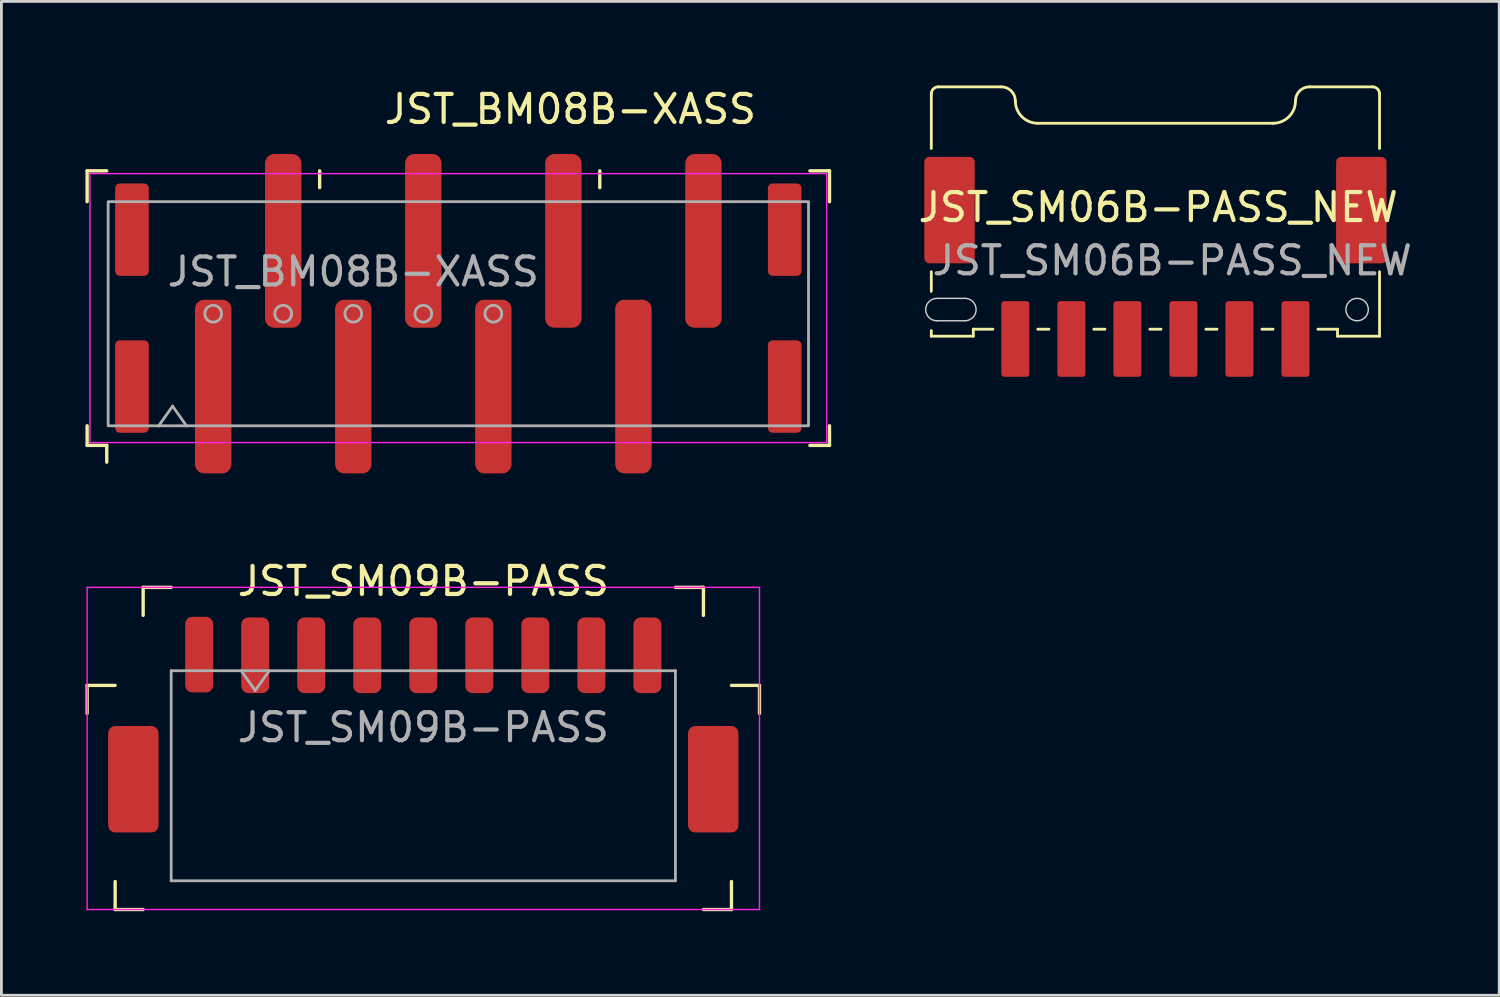
<source format=kicad_pcb>
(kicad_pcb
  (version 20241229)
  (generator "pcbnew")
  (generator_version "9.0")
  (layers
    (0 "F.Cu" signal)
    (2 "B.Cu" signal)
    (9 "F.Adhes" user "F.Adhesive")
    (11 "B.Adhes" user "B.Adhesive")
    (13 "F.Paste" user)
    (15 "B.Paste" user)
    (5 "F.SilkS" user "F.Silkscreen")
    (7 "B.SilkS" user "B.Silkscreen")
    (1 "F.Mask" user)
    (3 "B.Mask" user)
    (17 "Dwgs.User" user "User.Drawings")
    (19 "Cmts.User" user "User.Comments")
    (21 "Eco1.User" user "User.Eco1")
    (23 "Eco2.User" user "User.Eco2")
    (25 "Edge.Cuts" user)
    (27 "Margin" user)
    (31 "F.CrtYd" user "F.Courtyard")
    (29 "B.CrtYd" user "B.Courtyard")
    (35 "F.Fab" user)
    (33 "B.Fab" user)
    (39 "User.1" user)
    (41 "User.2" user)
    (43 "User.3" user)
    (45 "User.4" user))
  (footprint "JST_SM06B-PASS_NEW"
    (layer "F.Cu")
    (at 38.193 4.45)
    (property "Reference" "JST_SM06B-PASS_NEW" (at 0.1 -0.1 180) (layer "F.SilkS") (effects (font (size 1 1) (thickness 0.15))))
    (attr smd)
    (fp_line (start -8 -2.2) (end -8 -4.15) (stroke (width 0.1) (type default)) (layer "F.SilkS"))
    (fp_line (start -8 2.9) (end -8 2.2) (stroke (width 0.1) (type default)) (layer "F.SilkS"))
    (fp_line (start -8 4.5) (end -8 4.3) (stroke (width 0.1) (type default)) (layer "F.SilkS"))
    (fp_line (start -7.75 -4.4) (end -5.5 -4.4) (stroke (width 0.1) (type default)) (layer "F.SilkS"))
    (fp_line (start -6.5 4.25) (end -5.8 4.25) (stroke (width 0.1) (type default)) (layer "F.SilkS"))
    (fp_line (start -6.5 4.5) (end -8 4.5) (stroke (width 0.1) (type default)) (layer "F.SilkS"))
    (fp_line (start -6.5 4.5) (end -6.5 4.25) (stroke (width 0.1) (type default)) (layer "F.SilkS"))
    (fp_line (start -4.2 -3.1) (end 4.2 -3.1) (stroke (width 0.1) (type default)) (layer "F.SilkS"))
    (fp_line (start -4.2 4.25) (end -3.8 4.25) (stroke (width 0.1) (type default)) (layer "F.SilkS"))
    (fp_line (start -2.2 4.25) (end -1.8 4.25) (stroke (width 0.1) (type default)) (layer "F.SilkS"))
    (fp_line (start -0.2 4.25) (end 0.2 4.25) (stroke (width 0.1) (type default)) (layer "F.SilkS"))
    (fp_line (start 1.8 4.25) (end 2.2 4.25) (stroke (width 0.1) (type default)) (layer "F.SilkS"))
    (fp_line (start 3.8 4.25) (end 4.2 4.25) (stroke (width 0.1) (type default)) (layer "F.SilkS"))
    (fp_line (start 5.5 -4.4) (end 7.75 -4.4) (stroke (width 0.1) (type default)) (layer "F.SilkS"))
    (fp_line (start 6.5 4.25) (end 5.8 4.25) (stroke (width 0.1) (type default)) (layer "F.SilkS"))
    (fp_line (start 6.5 4.25) (end 6.5 4.5) (stroke (width 0.1) (type default)) (layer "F.SilkS"))
    (fp_line (start 6.5 4.5) (end 8 4.5) (stroke (width 0.1) (type default)) (layer "F.SilkS"))
    (fp_line (start 8 -2.2) (end 8 -4.15) (stroke (width 0.1) (type default)) (layer "F.SilkS"))
    (fp_line (start 8 4.5) (end 8 2.2) (stroke (width 0.1) (type default)) (layer "F.SilkS"))
    (fp_arc (start -8 -4.15) (mid -7.926777 -4.326777) (end -7.75 -4.4) (stroke (width 0.1) (type default)) (layer "F.SilkS"))
    (fp_arc (start -5.5 -4.4) (mid -5.146447 -4.253553) (end -5 -3.9) (stroke (width 0.1) (type default)) (layer "F.SilkS"))
    (fp_arc (start -4.2 -3.1) (mid -4.765685 -3.334315) (end -5 -3.9) (stroke (width 0.1) (type default)) (layer "F.SilkS"))
    (fp_arc (start 5 -3.9) (mid 4.765685 -3.334315) (end 4.2 -3.1) (stroke (width 0.1) (type default)) (layer "F.SilkS"))
    (fp_arc (start 5 -3.9) (mid 5.146447 -4.253553) (end 5.5 -4.4) (stroke (width 0.1) (type default)) (layer "F.SilkS"))
    (fp_arc (start 7.75 -4.4) (mid 7.926777 -4.326777) (end 8 -4.15) (stroke (width 0.1) (type default)) (layer "F.SilkS"))
    (fp_line (start -7.8 3.15) (end -6.8 3.15) (stroke (width 0.05) (type default)) (layer "Edge.Cuts"))
    (fp_line (start -7.8 3.95) (end -6.8 3.95) (stroke (width 0.05) (type default)) (layer "Edge.Cuts"))
    (fp_arc (start -7.8 3.95) (mid -8.2 3.55) (end -7.8 3.15) (stroke (width 0.05) (type default)) (layer "Edge.Cuts"))
    (fp_arc (start -6.8 3.15) (mid -6.4 3.55) (end -6.8 3.95) (stroke (width 0.05) (type default)) (layer "Edge.Cuts"))
    (fp_circle (center 7.2 3.55) (end 7.6 3.55) (stroke (width 0.05) (type solid)) (fill no) (layer "Edge.Cuts"))
    (fp_text user "${REFERENCE}" (at 0.6 1.8 180) (layer "F.Fab") (effects (font (size 1 1) (thickness 0.15))))
    (pad "1" smd roundrect (at 5 4.6 180) (size 1 2.7) (layers "F.Cu" "F.Mask" "F.Paste") (roundrect_rratio 0.1))
    (pad "2" smd roundrect (at 3 4.6 180) (size 1 2.7) (layers "F.Cu" "F.Mask" "F.Paste") (roundrect_rratio 0.1))
    (pad "3" smd roundrect (at 1 4.6 180) (size 1 2.7) (layers "F.Cu" "F.Mask" "F.Paste") (roundrect_rratio 0.1))
    (pad "4" smd roundrect (at -1 4.6 180) (size 1 2.7) (layers "F.Cu" "F.Mask" "F.Paste") (roundrect_rratio 0.1))
    (pad "5" smd roundrect (at -3 4.6 180) (size 1 2.7) (layers "F.Cu" "F.Mask" "F.Paste") (roundrect_rratio 0.1))
    (pad "6" smd roundrect (at -5 4.6 180) (size 1 2.7) (layers "F.Cu" "F.Mask" "F.Paste") (roundrect_rratio 0.1))
    (pad "GND" smd roundrect (at -7.35 0 180) (size 1.8 3.8) (layers "F.Cu" "F.Mask" "F.Paste") (roundrect_rratio 0.1))
    (pad "GND" smd roundrect (at 7.35 0 180) (size 1.8 3.8) (layers "F.Cu" "F.Mask" "F.Paste") (roundrect_rratio 0.1)))
  (footprint "JST_BM08B-XASS"
    (layer "F.Cu")
    (at 13.31 8.148)
    (property "Reference" "JST_BM08B-XASS" (at 4 -7.3 0) (layer "F.SilkS") (effects (font (size 1 1) (thickness 0.15))))
    (attr smd)
    (fp_line (start -13.25 -5.1) (end -13.25 -4) (stroke (width 0.12) (type solid)) (layer "F.SilkS"))
    (fp_line (start -13.25 -5.1) (end -12.55 -5.1) (stroke (width 0.12) (type solid)) (layer "F.SilkS"))
    (fp_line (start -13.25 4) (end -13.25 4.7) (stroke (width 0.12) (type solid)) (layer "F.SilkS"))
    (fp_line (start -13.25 4.7) (end -12.55 4.7) (stroke (width 0.12) (type solid)) (layer "F.SilkS"))
    (fp_line (start -12.55 4.7) (end -12.55 5.3) (stroke (width 0.12) (type solid)) (layer "F.SilkS"))
    (fp_line (start -4.95 -5.1) (end -4.95 -4.5) (stroke (width 0.12) (type solid)) (layer "F.SilkS"))
    (fp_line (start 5.05 -5.1) (end 5.05 -4.5) (stroke (width 0.12) (type solid)) (layer "F.SilkS"))
    (fp_line (start 12.55 -5.1) (end 13.25 -5.1) (stroke (width 0.12) (type solid)) (layer "F.SilkS"))
    (fp_line (start 13.25 -5.1) (end 13.25 -4) (stroke (width 0.12) (type solid)) (layer "F.SilkS"))
    (fp_line (start 13.25 4) (end 13.25 4.7) (stroke (width 0.12) (type solid)) (layer "F.SilkS"))
    (fp_line (start 13.25 4.7) (end 12.55 4.7) (stroke (width 0.12) (type solid)) (layer "F.SilkS"))
    (fp_line (start -13.15 -5) (end -13.15 4.6) (stroke (width 0.05) (type solid)) (layer "F.CrtYd"))
    (fp_line (start -13.15 4.6) (end 13.15 4.6) (stroke (width 0.05) (type solid)) (layer "F.CrtYd"))
    (fp_line (start 13.15 -5) (end -13.15 -5) (stroke (width 0.05) (type solid)) (layer "F.CrtYd"))
    (fp_line (start 13.15 4.6) (end 13.15 -5) (stroke (width 0.05) (type solid)) (layer "F.CrtYd"))
    (fp_line (start -10.7 4.007) (end -10.2 3.3) (stroke (width 0.1) (type solid)) (layer "F.Fab"))
    (fp_line (start -10.2 3.3) (end -9.7 4.007) (stroke (width 0.1) (type solid)) (layer "F.Fab"))
    (fp_rect (start -12.5 -4) (end 12.5 4) (stroke (width 0.1) (type default)) (fill no) (layer "F.Fab"))
    (fp_circle (center -8.75 0) (end -8.45 0) (stroke (width 0.1) (type default)) (fill no) (layer "F.Fab"))
    (fp_circle (center -6.25 0) (end -5.95 0) (stroke (width 0.1) (type default)) (fill no) (layer "F.Fab"))
    (fp_circle (center -3.75 0) (end -3.45 0) (stroke (width 0.1) (type default)) (fill no) (layer "F.Fab"))
    (fp_circle (center -1.25 0) (end -0.95 0) (stroke (width 0.1) (type default)) (fill no) (layer "F.Fab"))
    (fp_circle (center 1.25 0) (end 1.55 0) (stroke (width 0.1) (type default)) (fill no) (layer "F.Fab"))
    (fp_text user "${REFERENCE}" (at -3.75 -1.5 0) (layer "F.Fab") (effects (font (size 1 1) (thickness 0.15))))
    (pad "1" smd roundrect (at -8.75 2.6) (size 1.3 6.2) (layers "F.Cu" "F.Mask" "F.Paste") (roundrect_rratio 0.25))
    (pad "2" smd roundrect (at -6.25 -2.6) (size 1.3 6.2) (layers "F.Cu" "F.Mask" "F.Paste") (roundrect_rratio 0.25))
    (pad "3" smd roundrect (at -3.75 2.6) (size 1.3 6.2) (layers "F.Cu" "F.Mask" "F.Paste") (roundrect_rratio 0.25))
    (pad "4" smd roundrect (at -1.25 -2.6) (size 1.3 6.2) (layers "F.Cu" "F.Mask" "F.Paste") (roundrect_rratio 0.25))
    (pad "5" smd roundrect (at 1.25 2.6) (size 1.3 6.2) (layers "F.Cu" "F.Mask" "F.Paste") (roundrect_rratio 0.25))
    (pad "6" smd roundrect (at 3.75 -2.6) (size 1.3 6.2) (layers "F.Cu" "F.Mask" "F.Paste") (roundrect_rratio 0.25))
    (pad "7" smd roundrect (at 6.25 2.6) (size 1.3 6.2) (layers "F.Cu" "F.Mask" "F.Paste") (roundrect_rratio 0.25))
    (pad "8" smd roundrect (at 8.75 -2.6) (size 1.3 6.2) (layers "F.Cu" "F.Mask" "F.Paste") (roundrect_rratio 0.25))
    (pad "9" smd roundrect (at 11.65 2.6) (size 1.2 3.3) (layers "F.Cu" "F.Mask" "F.Paste") (roundrect_rratio 0.139))
    (pad "10" smd roundrect (at 11.65 -3) (size 1.2 3.3) (layers "F.Cu" "F.Mask" "F.Paste") (roundrect_rratio 0.139))
    (pad "11" smd roundrect (at -11.65 -3) (size 1.2 3.3) (layers "F.Cu" "F.Mask" "F.Paste") (roundrect_rratio 0.139))
    (pad "12" smd roundrect (at -11.65 2.6) (size 1.2 3.3) (layers "F.Cu" "F.Mask" "F.Paste") (roundrect_rratio 0.139)))
  (footprint "JST_SM09B-PASS"
    (layer "F.Cu")
    (at 12.06 22.916)
    (property "Reference" "JST_SM09B-PASS" (at 0 -5.22 0) (layer "F.SilkS") (effects (font (size 1 1) (thickness 0.15))))
    (attr smd)
    (fp_line (start -12 -1.5) (end -12 -0.5) (stroke (width 0.12) (type solid)) (layer "F.SilkS"))
    (fp_line (start -12 -1.5) (end -11 -1.5) (stroke (width 0.12) (type solid)) (layer "F.SilkS"))
    (fp_line (start -11 5.5) (end -11 6.5) (stroke (width 0.12) (type solid)) (layer "F.SilkS"))
    (fp_line (start -11 6.5) (end -10 6.5) (stroke (width 0.12) (type solid)) (layer "F.SilkS"))
    (fp_line (start -10 -5) (end -10 -4) (stroke (width 0.12) (type solid)) (layer "F.SilkS"))
    (fp_line (start -10 -5) (end -9 -5) (stroke (width 0.12) (type solid)) (layer "F.SilkS"))
    (fp_line (start 10 -5) (end 9 -5) (stroke (width 0.12) (type solid)) (layer "F.SilkS"))
    (fp_line (start 10 -5) (end 10 -4) (stroke (width 0.12) (type solid)) (layer "F.SilkS"))
    (fp_line (start 10 6.5) (end 11 6.5) (stroke (width 0.12) (type solid)) (layer "F.SilkS"))
    (fp_line (start 11 5.5) (end 11 6.5) (stroke (width 0.12) (type solid)) (layer "F.SilkS"))
    (fp_line (start 12 -1.5) (end 11 -1.5) (stroke (width 0.12) (type solid)) (layer "F.SilkS"))
    (fp_line (start 12 -1.5) (end 12 -0.5) (stroke (width 0.12) (type solid)) (layer "F.SilkS"))
    (fp_line (start -12 -5) (end -12 6.5) (stroke (width 0.05) (type solid)) (layer "F.CrtYd"))
    (fp_line (start -12 6.5) (end 12 6.5) (stroke (width 0.05) (type solid)) (layer "F.CrtYd"))
    (fp_line (start 12 -5) (end -12 -5) (stroke (width 0.05) (type solid)) (layer "F.CrtYd"))
    (fp_line (start 12 6.5) (end 12 -5) (stroke (width 0.05) (type solid)) (layer "F.CrtYd"))
    (fp_line (start -9 -2.025) (end -9 5.475) (stroke (width 0.1) (type solid)) (layer "F.Fab"))
    (fp_line (start -9 -2.025) (end 9 -2.025) (stroke (width 0.1) (type solid)) (layer "F.Fab"))
    (fp_line (start -9 5.475) (end 9 5.475) (stroke (width 0.1) (type solid)) (layer "F.Fab"))
    (fp_line (start -6.5 -2.025) (end -6 -1.318) (stroke (width 0.1) (type solid)) (layer "F.Fab"))
    (fp_line (start -6 -1.318) (end -5.5 -2.025) (stroke (width 0.1) (type solid)) (layer "F.Fab"))
    (fp_line (start 9 -2.025) (end 9 5.475) (stroke (width 0.1) (type solid)) (layer "F.Fab"))
    (fp_text user "${REFERENCE}" (at 0 0 0) (layer "F.Fab") (effects (font (size 1 1) (thickness 0.15))))
    (pad "1" smd roundrect (at -8 -2.6) (size 1 2.7) (layers "F.Cu" "F.Mask" "F.Paste") (roundrect_rratio 0.25))
    (pad "2" smd roundrect (at -6 -2.575) (size 1 2.7) (layers "F.Cu" "F.Mask" "F.Paste") (roundrect_rratio 0.25))
    (pad "3" smd roundrect (at -4 -2.575) (size 1 2.7) (layers "F.Cu" "F.Mask" "F.Paste") (roundrect_rratio 0.25))
    (pad "4" smd roundrect (at -2 -2.575) (size 1 2.7) (layers "F.Cu" "F.Mask" "F.Paste") (roundrect_rratio 0.25))
    (pad "5" smd roundrect (at 0 -2.575) (size 1 2.7) (layers "F.Cu" "F.Mask" "F.Paste") (roundrect_rratio 0.25))
    (pad "6" smd roundrect (at 2 -2.575) (size 1 2.7) (layers "F.Cu" "F.Mask" "F.Paste") (roundrect_rratio 0.25))
    (pad "7" smd roundrect (at 4 -2.575) (size 1 2.7) (layers "F.Cu" "F.Mask" "F.Paste") (roundrect_rratio 0.25))
    (pad "8" smd roundrect (at 6 -2.575) (size 1 2.7) (layers "F.Cu" "F.Mask" "F.Paste") (roundrect_rratio 0.25))
    (pad "9" smd roundrect (at 8 -2.575) (size 1 2.7) (layers "F.Cu" "F.Mask" "F.Paste") (roundrect_rratio 0.25))
    (pad "MP" smd roundrect (at -10.35 1.85) (size 1.8 3.8) (layers "F.Cu" "F.Mask" "F.Paste") (roundrect_rratio 0.139))
    (pad "MP" smd roundrect (at 10.35 1.85) (size 1.8 3.8) (layers "F.Cu" "F.Mask" "F.Paste") (roundrect_rratio 0.139)))
  (gr_rect
    (start -3 -3)
    (end 50.465 32.477)
    (stroke (width 0.1) (type default))
    (fill no)
    (layer "Edge.Cuts")))
</source>
